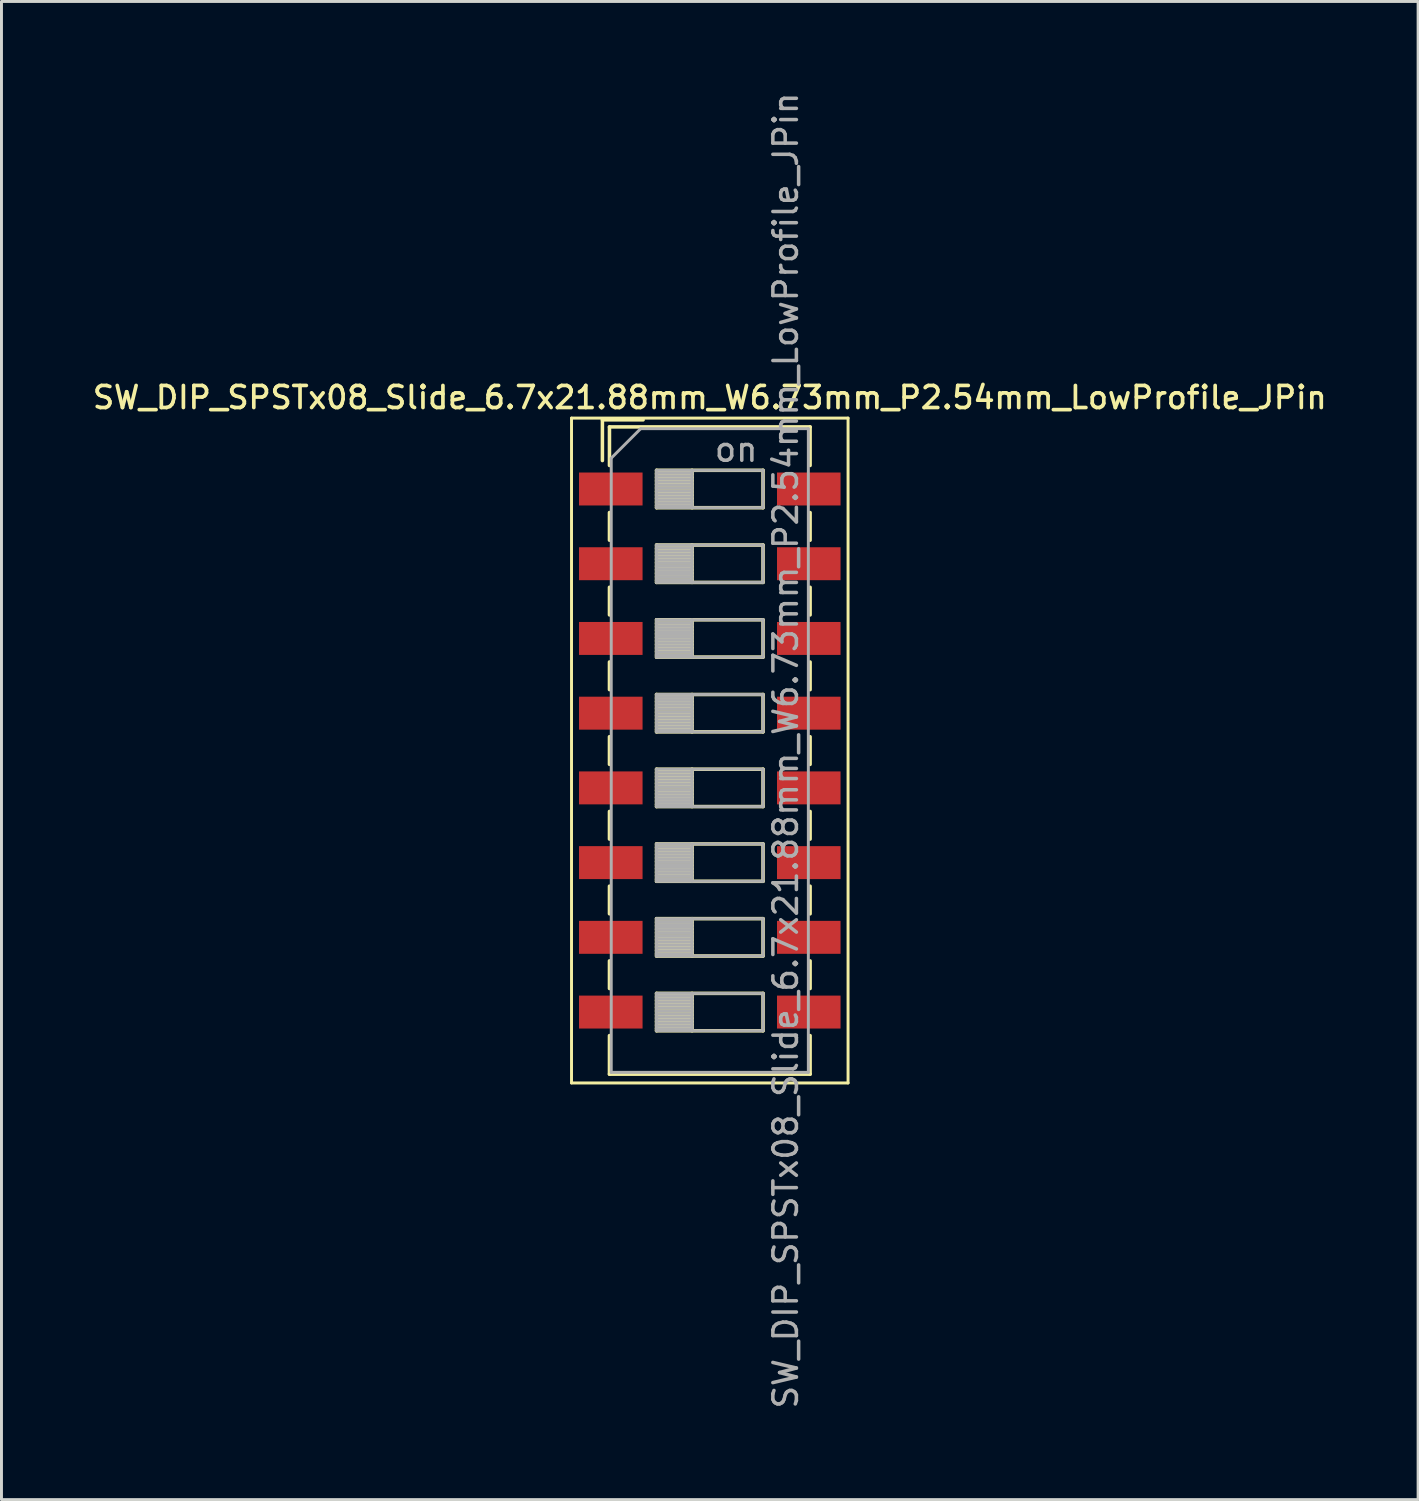
<source format=kicad_pcb>
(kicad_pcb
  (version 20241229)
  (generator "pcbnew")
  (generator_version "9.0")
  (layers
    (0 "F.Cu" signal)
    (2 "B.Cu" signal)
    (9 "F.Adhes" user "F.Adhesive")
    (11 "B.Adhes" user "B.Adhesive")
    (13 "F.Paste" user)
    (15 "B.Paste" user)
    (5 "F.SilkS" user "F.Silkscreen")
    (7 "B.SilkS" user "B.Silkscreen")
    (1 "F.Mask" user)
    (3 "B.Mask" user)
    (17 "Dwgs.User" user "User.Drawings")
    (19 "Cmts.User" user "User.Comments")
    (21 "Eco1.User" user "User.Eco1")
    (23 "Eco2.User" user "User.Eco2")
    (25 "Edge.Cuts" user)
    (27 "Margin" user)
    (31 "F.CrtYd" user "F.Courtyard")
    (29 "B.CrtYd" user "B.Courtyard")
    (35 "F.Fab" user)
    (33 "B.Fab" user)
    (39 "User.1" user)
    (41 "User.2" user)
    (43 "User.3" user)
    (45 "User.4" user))
  (footprint "SW_DIP_SPSTx08_Slide_6.7x21.88mm_W6.73mm_P2.54mm_LowProfile_JPin"
    (layer "F.Cu")
    (at 21.077 22.462)
    (property "Reference" "SW_DIP_SPSTx08_Slide_6.7x21.88mm_W6.73mm_P2.54mm_LowProfile_JPin" (at 0 -12 0) (layer "F.SilkS") (effects (font (size 0.75 0.75) (thickness 0.125))))
    (attr smd)
    (fp_line (start -4.7 -11.3) (end -4.7 11.3) (stroke (width 0.1) (type solid)) (layer "F.SilkS"))
    (fp_line (start -4.7 11.3) (end 4.7 11.3) (stroke (width 0.1) (type solid)) (layer "F.SilkS"))
    (fp_line (start -3.65 -11.24) (end -3.65 -9.857) (stroke (width 0.12) (type solid)) (layer "F.SilkS"))
    (fp_line (start -3.65 -11.24) (end -2.267 -11.24) (stroke (width 0.12) (type solid)) (layer "F.SilkS"))
    (fp_line (start -3.41 -11) (end -3.41 -9.69) (stroke (width 0.12) (type solid)) (layer "F.SilkS"))
    (fp_line (start -3.41 -11) (end 3.41 -11) (stroke (width 0.12) (type solid)) (layer "F.SilkS"))
    (fp_line (start -3.41 -8.09) (end -3.41 -7.15) (stroke (width 0.12) (type solid)) (layer "F.SilkS"))
    (fp_line (start -3.41 -5.55) (end -3.41 -4.61) (stroke (width 0.12) (type solid)) (layer "F.SilkS"))
    (fp_line (start -3.41 -3.01) (end -3.41 -2.07) (stroke (width 0.12) (type solid)) (layer "F.SilkS"))
    (fp_line (start -3.41 -0.47) (end -3.41 0.47) (stroke (width 0.12) (type solid)) (layer "F.SilkS"))
    (fp_line (start -3.41 2.07) (end -3.41 3.01) (stroke (width 0.12) (type solid)) (layer "F.SilkS"))
    (fp_line (start -3.41 4.61) (end -3.41 5.55) (stroke (width 0.12) (type solid)) (layer "F.SilkS"))
    (fp_line (start -3.41 7.15) (end -3.41 8.09) (stroke (width 0.12) (type solid)) (layer "F.SilkS"))
    (fp_line (start -3.41 9.69) (end -3.41 11.001) (stroke (width 0.12) (type solid)) (layer "F.SilkS"))
    (fp_line (start -3.41 11.001) (end 3.41 11.001) (stroke (width 0.12) (type solid)) (layer "F.SilkS"))
    (fp_line (start -1.81 -9.525) (end -1.81 -8.255) (stroke (width 0.12) (type solid)) (layer "F.SilkS"))
    (fp_line (start -1.81 -9.405) (end -0.603 -9.405) (stroke (width 0.12) (type solid)) (layer "F.SilkS"))
    (fp_line (start -1.81 -9.285) (end -0.603 -9.285) (stroke (width 0.12) (type solid)) (layer "F.SilkS"))
    (fp_line (start -1.81 -9.165) (end -0.603 -9.165) (stroke (width 0.12) (type solid)) (layer "F.SilkS"))
    (fp_line (start -1.81 -9.045) (end -0.603 -9.045) (stroke (width 0.12) (type solid)) (layer "F.SilkS"))
    (fp_line (start -1.81 -8.925) (end -0.603 -8.925) (stroke (width 0.12) (type solid)) (layer "F.SilkS"))
    (fp_line (start -1.81 -8.805) (end -0.603 -8.805) (stroke (width 0.12) (type solid)) (layer "F.SilkS"))
    (fp_line (start -1.81 -8.685) (end -0.603 -8.685) (stroke (width 0.12) (type solid)) (layer "F.SilkS"))
    (fp_line (start -1.81 -8.565) (end -0.603 -8.565) (stroke (width 0.12) (type solid)) (layer "F.SilkS"))
    (fp_line (start -1.81 -8.445) (end -0.603 -8.445) (stroke (width 0.12) (type solid)) (layer "F.SilkS"))
    (fp_line (start -1.81 -8.325) (end -0.603 -8.325) (stroke (width 0.12) (type solid)) (layer "F.SilkS"))
    (fp_line (start -1.81 -8.255) (end 1.81 -8.255) (stroke (width 0.12) (type solid)) (layer "F.SilkS"))
    (fp_line (start -1.81 -6.985) (end -1.81 -5.715) (stroke (width 0.12) (type solid)) (layer "F.SilkS"))
    (fp_line (start -1.81 -6.865) (end -0.603 -6.865) (stroke (width 0.12) (type solid)) (layer "F.SilkS"))
    (fp_line (start -1.81 -6.745) (end -0.603 -6.745) (stroke (width 0.12) (type solid)) (layer "F.SilkS"))
    (fp_line (start -1.81 -6.625) (end -0.603 -6.625) (stroke (width 0.12) (type solid)) (layer "F.SilkS"))
    (fp_line (start -1.81 -6.505) (end -0.603 -6.505) (stroke (width 0.12) (type solid)) (layer "F.SilkS"))
    (fp_line (start -1.81 -6.385) (end -0.603 -6.385) (stroke (width 0.12) (type solid)) (layer "F.SilkS"))
    (fp_line (start -1.81 -6.265) (end -0.603 -6.265) (stroke (width 0.12) (type solid)) (layer "F.SilkS"))
    (fp_line (start -1.81 -6.145) (end -0.603 -6.145) (stroke (width 0.12) (type solid)) (layer "F.SilkS"))
    (fp_line (start -1.81 -6.025) (end -0.603 -6.025) (stroke (width 0.12) (type solid)) (layer "F.SilkS"))
    (fp_line (start -1.81 -5.905) (end -0.603 -5.905) (stroke (width 0.12) (type solid)) (layer "F.SilkS"))
    (fp_line (start -1.81 -5.785) (end -0.603 -5.785) (stroke (width 0.12) (type solid)) (layer "F.SilkS"))
    (fp_line (start -1.81 -5.715) (end 1.81 -5.715) (stroke (width 0.12) (type solid)) (layer "F.SilkS"))
    (fp_line (start -1.81 -4.445) (end -1.81 -3.175) (stroke (width 0.12) (type solid)) (layer "F.SilkS"))
    (fp_line (start -1.81 -4.325) (end -0.603 -4.325) (stroke (width 0.12) (type solid)) (layer "F.SilkS"))
    (fp_line (start -1.81 -4.205) (end -0.603 -4.205) (stroke (width 0.12) (type solid)) (layer "F.SilkS"))
    (fp_line (start -1.81 -4.085) (end -0.603 -4.085) (stroke (width 0.12) (type solid)) (layer "F.SilkS"))
    (fp_line (start -1.81 -3.965) (end -0.603 -3.965) (stroke (width 0.12) (type solid)) (layer "F.SilkS"))
    (fp_line (start -1.81 -3.845) (end -0.603 -3.845) (stroke (width 0.12) (type solid)) (layer "F.SilkS"))
    (fp_line (start -1.81 -3.725) (end -0.603 -3.725) (stroke (width 0.12) (type solid)) (layer "F.SilkS"))
    (fp_line (start -1.81 -3.605) (end -0.603 -3.605) (stroke (width 0.12) (type solid)) (layer "F.SilkS"))
    (fp_line (start -1.81 -3.485) (end -0.603 -3.485) (stroke (width 0.12) (type solid)) (layer "F.SilkS"))
    (fp_line (start -1.81 -3.365) (end -0.603 -3.365) (stroke (width 0.12) (type solid)) (layer "F.SilkS"))
    (fp_line (start -1.81 -3.245) (end -0.603 -3.245) (stroke (width 0.12) (type solid)) (layer "F.SilkS"))
    (fp_line (start -1.81 -3.175) (end 1.81 -3.175) (stroke (width 0.12) (type solid)) (layer "F.SilkS"))
    (fp_line (start -1.81 -1.905) (end -1.81 -0.635) (stroke (width 0.12) (type solid)) (layer "F.SilkS"))
    (fp_line (start -1.81 -1.785) (end -0.603 -1.785) (stroke (width 0.12) (type solid)) (layer "F.SilkS"))
    (fp_line (start -1.81 -1.665) (end -0.603 -1.665) (stroke (width 0.12) (type solid)) (layer "F.SilkS"))
    (fp_line (start -1.81 -1.545) (end -0.603 -1.545) (stroke (width 0.12) (type solid)) (layer "F.SilkS"))
    (fp_line (start -1.81 -1.425) (end -0.603 -1.425) (stroke (width 0.12) (type solid)) (layer "F.SilkS"))
    (fp_line (start -1.81 -1.305) (end -0.603 -1.305) (stroke (width 0.12) (type solid)) (layer "F.SilkS"))
    (fp_line (start -1.81 -1.185) (end -0.603 -1.185) (stroke (width 0.12) (type solid)) (layer "F.SilkS"))
    (fp_line (start -1.81 -1.065) (end -0.603 -1.065) (stroke (width 0.12) (type solid)) (layer "F.SilkS"))
    (fp_line (start -1.81 -0.945) (end -0.603 -0.945) (stroke (width 0.12) (type solid)) (layer "F.SilkS"))
    (fp_line (start -1.81 -0.825) (end -0.603 -0.825) (stroke (width 0.12) (type solid)) (layer "F.SilkS"))
    (fp_line (start -1.81 -0.705) (end -0.603 -0.705) (stroke (width 0.12) (type solid)) (layer "F.SilkS"))
    (fp_line (start -1.81 -0.635) (end 1.81 -0.635) (stroke (width 0.12) (type solid)) (layer "F.SilkS"))
    (fp_line (start -1.81 0.635) (end -1.81 1.905) (stroke (width 0.12) (type solid)) (layer "F.SilkS"))
    (fp_line (start -1.81 0.755) (end -0.603 0.755) (stroke (width 0.12) (type solid)) (layer "F.SilkS"))
    (fp_line (start -1.81 0.875) (end -0.603 0.875) (stroke (width 0.12) (type solid)) (layer "F.SilkS"))
    (fp_line (start -1.81 0.995) (end -0.603 0.995) (stroke (width 0.12) (type solid)) (layer "F.SilkS"))
    (fp_line (start -1.81 1.115) (end -0.603 1.115) (stroke (width 0.12) (type solid)) (layer "F.SilkS"))
    (fp_line (start -1.81 1.235) (end -0.603 1.235) (stroke (width 0.12) (type solid)) (layer "F.SilkS"))
    (fp_line (start -1.81 1.355) (end -0.603 1.355) (stroke (width 0.12) (type solid)) (layer "F.SilkS"))
    (fp_line (start -1.81 1.475) (end -0.603 1.475) (stroke (width 0.12) (type solid)) (layer "F.SilkS"))
    (fp_line (start -1.81 1.595) (end -0.603 1.595) (stroke (width 0.12) (type solid)) (layer "F.SilkS"))
    (fp_line (start -1.81 1.715) (end -0.603 1.715) (stroke (width 0.12) (type solid)) (layer "F.SilkS"))
    (fp_line (start -1.81 1.835) (end -0.603 1.835) (stroke (width 0.12) (type solid)) (layer "F.SilkS"))
    (fp_line (start -1.81 1.905) (end 1.81 1.905) (stroke (width 0.12) (type solid)) (layer "F.SilkS"))
    (fp_line (start -1.81 3.175) (end -1.81 4.445) (stroke (width 0.12) (type solid)) (layer "F.SilkS"))
    (fp_line (start -1.81 3.295) (end -0.603 3.295) (stroke (width 0.12) (type solid)) (layer "F.SilkS"))
    (fp_line (start -1.81 3.415) (end -0.603 3.415) (stroke (width 0.12) (type solid)) (layer "F.SilkS"))
    (fp_line (start -1.81 3.535) (end -0.603 3.535) (stroke (width 0.12) (type solid)) (layer "F.SilkS"))
    (fp_line (start -1.81 3.655) (end -0.603 3.655) (stroke (width 0.12) (type solid)) (layer "F.SilkS"))
    (fp_line (start -1.81 3.775) (end -0.603 3.775) (stroke (width 0.12) (type solid)) (layer "F.SilkS"))
    (fp_line (start -1.81 3.895) (end -0.603 3.895) (stroke (width 0.12) (type solid)) (layer "F.SilkS"))
    (fp_line (start -1.81 4.015) (end -0.603 4.015) (stroke (width 0.12) (type solid)) (layer "F.SilkS"))
    (fp_line (start -1.81 4.135) (end -0.603 4.135) (stroke (width 0.12) (type solid)) (layer "F.SilkS"))
    (fp_line (start -1.81 4.255) (end -0.603 4.255) (stroke (width 0.12) (type solid)) (layer "F.SilkS"))
    (fp_line (start -1.81 4.375) (end -0.603 4.375) (stroke (width 0.12) (type solid)) (layer "F.SilkS"))
    (fp_line (start -1.81 4.445) (end 1.81 4.445) (stroke (width 0.12) (type solid)) (layer "F.SilkS"))
    (fp_line (start -1.81 5.715) (end -1.81 6.985) (stroke (width 0.12) (type solid)) (layer "F.SilkS"))
    (fp_line (start -1.81 5.835) (end -0.603 5.835) (stroke (width 0.12) (type solid)) (layer "F.SilkS"))
    (fp_line (start -1.81 5.955) (end -0.603 5.955) (stroke (width 0.12) (type solid)) (layer "F.SilkS"))
    (fp_line (start -1.81 6.075) (end -0.603 6.075) (stroke (width 0.12) (type solid)) (layer "F.SilkS"))
    (fp_line (start -1.81 6.195) (end -0.603 6.195) (stroke (width 0.12) (type solid)) (layer "F.SilkS"))
    (fp_line (start -1.81 6.315) (end -0.603 6.315) (stroke (width 0.12) (type solid)) (layer "F.SilkS"))
    (fp_line (start -1.81 6.435) (end -0.603 6.435) (stroke (width 0.12) (type solid)) (layer "F.SilkS"))
    (fp_line (start -1.81 6.555) (end -0.603 6.555) (stroke (width 0.12) (type solid)) (layer "F.SilkS"))
    (fp_line (start -1.81 6.675) (end -0.603 6.675) (stroke (width 0.12) (type solid)) (layer "F.SilkS"))
    (fp_line (start -1.81 6.795) (end -0.603 6.795) (stroke (width 0.12) (type solid)) (layer "F.SilkS"))
    (fp_line (start -1.81 6.915) (end -0.603 6.915) (stroke (width 0.12) (type solid)) (layer "F.SilkS"))
    (fp_line (start -1.81 6.985) (end 1.81 6.985) (stroke (width 0.12) (type solid)) (layer "F.SilkS"))
    (fp_line (start -1.81 8.255) (end -1.81 9.525) (stroke (width 0.12) (type solid)) (layer "F.SilkS"))
    (fp_line (start -1.81 8.375) (end -0.603 8.375) (stroke (width 0.12) (type solid)) (layer "F.SilkS"))
    (fp_line (start -1.81 8.495) (end -0.603 8.495) (stroke (width 0.12) (type solid)) (layer "F.SilkS"))
    (fp_line (start -1.81 8.615) (end -0.603 8.615) (stroke (width 0.12) (type solid)) (layer "F.SilkS"))
    (fp_line (start -1.81 8.735) (end -0.603 8.735) (stroke (width 0.12) (type solid)) (layer "F.SilkS"))
    (fp_line (start -1.81 8.855) (end -0.603 8.855) (stroke (width 0.12) (type solid)) (layer "F.SilkS"))
    (fp_line (start -1.81 8.975) (end -0.603 8.975) (stroke (width 0.12) (type solid)) (layer "F.SilkS"))
    (fp_line (start -1.81 9.095) (end -0.603 9.095) (stroke (width 0.12) (type solid)) (layer "F.SilkS"))
    (fp_line (start -1.81 9.215) (end -0.603 9.215) (stroke (width 0.12) (type solid)) (layer "F.SilkS"))
    (fp_line (start -1.81 9.335) (end -0.603 9.335) (stroke (width 0.12) (type solid)) (layer "F.SilkS"))
    (fp_line (start -1.81 9.455) (end -0.603 9.455) (stroke (width 0.12) (type solid)) (layer "F.SilkS"))
    (fp_line (start -1.81 9.525) (end 1.81 9.525) (stroke (width 0.12) (type solid)) (layer "F.SilkS"))
    (fp_line (start -0.603 -9.525) (end -0.603 -8.255) (stroke (width 0.12) (type solid)) (layer "F.SilkS"))
    (fp_line (start -0.603 -6.985) (end -0.603 -5.715) (stroke (width 0.12) (type solid)) (layer "F.SilkS"))
    (fp_line (start -0.603 -4.445) (end -0.603 -3.175) (stroke (width 0.12) (type solid)) (layer "F.SilkS"))
    (fp_line (start -0.603 -1.905) (end -0.603 -0.635) (stroke (width 0.12) (type solid)) (layer "F.SilkS"))
    (fp_line (start -0.603 0.635) (end -0.603 1.905) (stroke (width 0.12) (type solid)) (layer "F.SilkS"))
    (fp_line (start -0.603 3.175) (end -0.603 4.445) (stroke (width 0.12) (type solid)) (layer "F.SilkS"))
    (fp_line (start -0.603 5.715) (end -0.603 6.985) (stroke (width 0.12) (type solid)) (layer "F.SilkS"))
    (fp_line (start -0.603 8.255) (end -0.603 9.525) (stroke (width 0.12) (type solid)) (layer "F.SilkS"))
    (fp_line (start 1.81 -9.525) (end -1.81 -9.525) (stroke (width 0.12) (type solid)) (layer "F.SilkS"))
    (fp_line (start 1.81 -8.255) (end 1.81 -9.525) (stroke (width 0.12) (type solid)) (layer "F.SilkS"))
    (fp_line (start 1.81 -6.985) (end -1.81 -6.985) (stroke (width 0.12) (type solid)) (layer "F.SilkS"))
    (fp_line (start 1.81 -5.715) (end 1.81 -6.985) (stroke (width 0.12) (type solid)) (layer "F.SilkS"))
    (fp_line (start 1.81 -4.445) (end -1.81 -4.445) (stroke (width 0.12) (type solid)) (layer "F.SilkS"))
    (fp_line (start 1.81 -3.175) (end 1.81 -4.445) (stroke (width 0.12) (type solid)) (layer "F.SilkS"))
    (fp_line (start 1.81 -1.905) (end -1.81 -1.905) (stroke (width 0.12) (type solid)) (layer "F.SilkS"))
    (fp_line (start 1.81 -0.635) (end 1.81 -1.905) (stroke (width 0.12) (type solid)) (layer "F.SilkS"))
    (fp_line (start 1.81 0.635) (end -1.81 0.635) (stroke (width 0.12) (type solid)) (layer "F.SilkS"))
    (fp_line (start 1.81 1.905) (end 1.81 0.635) (stroke (width 0.12) (type solid)) (layer "F.SilkS"))
    (fp_line (start 1.81 3.175) (end -1.81 3.175) (stroke (width 0.12) (type solid)) (layer "F.SilkS"))
    (fp_line (start 1.81 4.445) (end 1.81 3.175) (stroke (width 0.12) (type solid)) (layer "F.SilkS"))
    (fp_line (start 1.81 5.715) (end -1.81 5.715) (stroke (width 0.12) (type solid)) (layer "F.SilkS"))
    (fp_line (start 1.81 6.985) (end 1.81 5.715) (stroke (width 0.12) (type solid)) (layer "F.SilkS"))
    (fp_line (start 1.81 8.255) (end -1.81 8.255) (stroke (width 0.12) (type solid)) (layer "F.SilkS"))
    (fp_line (start 1.81 9.525) (end 1.81 8.255) (stroke (width 0.12) (type solid)) (layer "F.SilkS"))
    (fp_line (start 3.41 -11) (end 3.41 -9.69) (stroke (width 0.12) (type solid)) (layer "F.SilkS"))
    (fp_line (start 3.41 -8.089) (end 3.41 -7.149) (stroke (width 0.12) (type solid)) (layer "F.SilkS"))
    (fp_line (start 3.41 -5.549) (end 3.41 -4.609) (stroke (width 0.12) (type solid)) (layer "F.SilkS"))
    (fp_line (start 3.41 -3.009) (end 3.41 -2.069) (stroke (width 0.12) (type solid)) (layer "F.SilkS"))
    (fp_line (start 3.41 -0.469) (end 3.41 0.471) (stroke (width 0.12) (type solid)) (layer "F.SilkS"))
    (fp_line (start 3.41 2.071) (end 3.41 3.011) (stroke (width 0.12) (type solid)) (layer "F.SilkS"))
    (fp_line (start 3.41 4.611) (end 3.41 5.551) (stroke (width 0.12) (type solid)) (layer "F.SilkS"))
    (fp_line (start 3.41 7.151) (end 3.41 8.09) (stroke (width 0.12) (type solid)) (layer "F.SilkS"))
    (fp_line (start 3.41 9.69) (end 3.41 11.001) (stroke (width 0.12) (type solid)) (layer "F.SilkS"))
    (fp_line (start 4.7 -11.3) (end -4.7 -11.3) (stroke (width 0.1) (type solid)) (layer "F.SilkS"))
    (fp_line (start 4.7 11.3) (end 4.7 -11.3) (stroke (width 0.1) (type solid)) (layer "F.SilkS"))
    (fp_line (start -3.35 -9.94) (end -2.35 -10.94) (stroke (width 0.1) (type solid)) (layer "F.Fab"))
    (fp_line (start -3.35 10.94) (end -3.35 -9.94) (stroke (width 0.1) (type solid)) (layer "F.Fab"))
    (fp_line (start -2.35 -10.94) (end 3.35 -10.94) (stroke (width 0.1) (type solid)) (layer "F.Fab"))
    (fp_line (start -1.81 -9.525) (end -1.81 -8.255) (stroke (width 0.1) (type solid)) (layer "F.Fab"))
    (fp_line (start -1.81 -9.425) (end -0.603 -9.425) (stroke (width 0.1) (type solid)) (layer "F.Fab"))
    (fp_line (start -1.81 -9.325) (end -0.603 -9.325) (stroke (width 0.1) (type solid)) (layer "F.Fab"))
    (fp_line (start -1.81 -9.225) (end -0.603 -9.225) (stroke (width 0.1) (type solid)) (layer "F.Fab"))
    (fp_line (start -1.81 -9.125) (end -0.603 -9.125) (stroke (width 0.1) (type solid)) (layer "F.Fab"))
    (fp_line (start -1.81 -9.025) (end -0.603 -9.025) (stroke (width 0.1) (type solid)) (layer "F.Fab"))
    (fp_line (start -1.81 -8.925) (end -0.603 -8.925) (stroke (width 0.1) (type solid)) (layer "F.Fab"))
    (fp_line (start -1.81 -8.825) (end -0.603 -8.825) (stroke (width 0.1) (type solid)) (layer "F.Fab"))
    (fp_line (start -1.81 -8.725) (end -0.603 -8.725) (stroke (width 0.1) (type solid)) (layer "F.Fab"))
    (fp_line (start -1.81 -8.625) (end -0.603 -8.625) (stroke (width 0.1) (type solid)) (layer "F.Fab"))
    (fp_line (start -1.81 -8.525) (end -0.603 -8.525) (stroke (width 0.1) (type solid)) (layer "F.Fab"))
    (fp_line (start -1.81 -8.425) (end -0.603 -8.425) (stroke (width 0.1) (type solid)) (layer "F.Fab"))
    (fp_line (start -1.81 -8.325) (end -0.603 -8.325) (stroke (width 0.1) (type solid)) (layer "F.Fab"))
    (fp_line (start -1.81 -8.255) (end 1.81 -8.255) (stroke (width 0.1) (type solid)) (layer "F.Fab"))
    (fp_line (start -1.81 -6.985) (end -1.81 -5.715) (stroke (width 0.1) (type solid)) (layer "F.Fab"))
    (fp_line (start -1.81 -6.885) (end -0.603 -6.885) (stroke (width 0.1) (type solid)) (layer "F.Fab"))
    (fp_line (start -1.81 -6.785) (end -0.603 -6.785) (stroke (width 0.1) (type solid)) (layer "F.Fab"))
    (fp_line (start -1.81 -6.685) (end -0.603 -6.685) (stroke (width 0.1) (type solid)) (layer "F.Fab"))
    (fp_line (start -1.81 -6.585) (end -0.603 -6.585) (stroke (width 0.1) (type solid)) (layer "F.Fab"))
    (fp_line (start -1.81 -6.485) (end -0.603 -6.485) (stroke (width 0.1) (type solid)) (layer "F.Fab"))
    (fp_line (start -1.81 -6.385) (end -0.603 -6.385) (stroke (width 0.1) (type solid)) (layer "F.Fab"))
    (fp_line (start -1.81 -6.285) (end -0.603 -6.285) (stroke (width 0.1) (type solid)) (layer "F.Fab"))
    (fp_line (start -1.81 -6.185) (end -0.603 -6.185) (stroke (width 0.1) (type solid)) (layer "F.Fab"))
    (fp_line (start -1.81 -6.085) (end -0.603 -6.085) (stroke (width 0.1) (type solid)) (layer "F.Fab"))
    (fp_line (start -1.81 -5.985) (end -0.603 -5.985) (stroke (width 0.1) (type solid)) (layer "F.Fab"))
    (fp_line (start -1.81 -5.885) (end -0.603 -5.885) (stroke (width 0.1) (type solid)) (layer "F.Fab"))
    (fp_line (start -1.81 -5.785) (end -0.603 -5.785) (stroke (width 0.1) (type solid)) (layer "F.Fab"))
    (fp_line (start -1.81 -5.715) (end 1.81 -5.715) (stroke (width 0.1) (type solid)) (layer "F.Fab"))
    (fp_line (start -1.81 -4.445) (end -1.81 -3.175) (stroke (width 0.1) (type solid)) (layer "F.Fab"))
    (fp_line (start -1.81 -4.345) (end -0.603 -4.345) (stroke (width 0.1) (type solid)) (layer "F.Fab"))
    (fp_line (start -1.81 -4.245) (end -0.603 -4.245) (stroke (width 0.1) (type solid)) (layer "F.Fab"))
    (fp_line (start -1.81 -4.145) (end -0.603 -4.145) (stroke (width 0.1) (type solid)) (layer "F.Fab"))
    (fp_line (start -1.81 -4.045) (end -0.603 -4.045) (stroke (width 0.1) (type solid)) (layer "F.Fab"))
    (fp_line (start -1.81 -3.945) (end -0.603 -3.945) (stroke (width 0.1) (type solid)) (layer "F.Fab"))
    (fp_line (start -1.81 -3.845) (end -0.603 -3.845) (stroke (width 0.1) (type solid)) (layer "F.Fab"))
    (fp_line (start -1.81 -3.745) (end -0.603 -3.745) (stroke (width 0.1) (type solid)) (layer "F.Fab"))
    (fp_line (start -1.81 -3.645) (end -0.603 -3.645) (stroke (width 0.1) (type solid)) (layer "F.Fab"))
    (fp_line (start -1.81 -3.545) (end -0.603 -3.545) (stroke (width 0.1) (type solid)) (layer "F.Fab"))
    (fp_line (start -1.81 -3.445) (end -0.603 -3.445) (stroke (width 0.1) (type solid)) (layer "F.Fab"))
    (fp_line (start -1.81 -3.345) (end -0.603 -3.345) (stroke (width 0.1) (type solid)) (layer "F.Fab"))
    (fp_line (start -1.81 -3.245) (end -0.603 -3.245) (stroke (width 0.1) (type solid)) (layer "F.Fab"))
    (fp_line (start -1.81 -3.175) (end 1.81 -3.175) (stroke (width 0.1) (type solid)) (layer "F.Fab"))
    (fp_line (start -1.81 -1.905) (end -1.81 -0.635) (stroke (width 0.1) (type solid)) (layer "F.Fab"))
    (fp_line (start -1.81 -1.805) (end -0.603 -1.805) (stroke (width 0.1) (type solid)) (layer "F.Fab"))
    (fp_line (start -1.81 -1.705) (end -0.603 -1.705) (stroke (width 0.1) (type solid)) (layer "F.Fab"))
    (fp_line (start -1.81 -1.605) (end -0.603 -1.605) (stroke (width 0.1) (type solid)) (layer "F.Fab"))
    (fp_line (start -1.81 -1.505) (end -0.603 -1.505) (stroke (width 0.1) (type solid)) (layer "F.Fab"))
    (fp_line (start -1.81 -1.405) (end -0.603 -1.405) (stroke (width 0.1) (type solid)) (layer "F.Fab"))
    (fp_line (start -1.81 -1.305) (end -0.603 -1.305) (stroke (width 0.1) (type solid)) (layer "F.Fab"))
    (fp_line (start -1.81 -1.205) (end -0.603 -1.205) (stroke (width 0.1) (type solid)) (layer "F.Fab"))
    (fp_line (start -1.81 -1.105) (end -0.603 -1.105) (stroke (width 0.1) (type solid)) (layer "F.Fab"))
    (fp_line (start -1.81 -1.005) (end -0.603 -1.005) (stroke (width 0.1) (type solid)) (layer "F.Fab"))
    (fp_line (start -1.81 -0.905) (end -0.603 -0.905) (stroke (width 0.1) (type solid)) (layer "F.Fab"))
    (fp_line (start -1.81 -0.805) (end -0.603 -0.805) (stroke (width 0.1) (type solid)) (layer "F.Fab"))
    (fp_line (start -1.81 -0.705) (end -0.603 -0.705) (stroke (width 0.1) (type solid)) (layer "F.Fab"))
    (fp_line (start -1.81 -0.635) (end 1.81 -0.635) (stroke (width 0.1) (type solid)) (layer "F.Fab"))
    (fp_line (start -1.81 0.635) (end -1.81 1.905) (stroke (width 0.1) (type solid)) (layer "F.Fab"))
    (fp_line (start -1.81 0.735) (end -0.603 0.735) (stroke (width 0.1) (type solid)) (layer "F.Fab"))
    (fp_line (start -1.81 0.835) (end -0.603 0.835) (stroke (width 0.1) (type solid)) (layer "F.Fab"))
    (fp_line (start -1.81 0.935) (end -0.603 0.935) (stroke (width 0.1) (type solid)) (layer "F.Fab"))
    (fp_line (start -1.81 1.035) (end -0.603 1.035) (stroke (width 0.1) (type solid)) (layer "F.Fab"))
    (fp_line (start -1.81 1.135) (end -0.603 1.135) (stroke (width 0.1) (type solid)) (layer "F.Fab"))
    (fp_line (start -1.81 1.235) (end -0.603 1.235) (stroke (width 0.1) (type solid)) (layer "F.Fab"))
    (fp_line (start -1.81 1.335) (end -0.603 1.335) (stroke (width 0.1) (type solid)) (layer "F.Fab"))
    (fp_line (start -1.81 1.435) (end -0.603 1.435) (stroke (width 0.1) (type solid)) (layer "F.Fab"))
    (fp_line (start -1.81 1.535) (end -0.603 1.535) (stroke (width 0.1) (type solid)) (layer "F.Fab"))
    (fp_line (start -1.81 1.635) (end -0.603 1.635) (stroke (width 0.1) (type solid)) (layer "F.Fab"))
    (fp_line (start -1.81 1.735) (end -0.603 1.735) (stroke (width 0.1) (type solid)) (layer "F.Fab"))
    (fp_line (start -1.81 1.835) (end -0.603 1.835) (stroke (width 0.1) (type solid)) (layer "F.Fab"))
    (fp_line (start -1.81 1.905) (end 1.81 1.905) (stroke (width 0.1) (type solid)) (layer "F.Fab"))
    (fp_line (start -1.81 3.175) (end -1.81 4.445) (stroke (width 0.1) (type solid)) (layer "F.Fab"))
    (fp_line (start -1.81 3.275) (end -0.603 3.275) (stroke (width 0.1) (type solid)) (layer "F.Fab"))
    (fp_line (start -1.81 3.375) (end -0.603 3.375) (stroke (width 0.1) (type solid)) (layer "F.Fab"))
    (fp_line (start -1.81 3.475) (end -0.603 3.475) (stroke (width 0.1) (type solid)) (layer "F.Fab"))
    (fp_line (start -1.81 3.575) (end -0.603 3.575) (stroke (width 0.1) (type solid)) (layer "F.Fab"))
    (fp_line (start -1.81 3.675) (end -0.603 3.675) (stroke (width 0.1) (type solid)) (layer "F.Fab"))
    (fp_line (start -1.81 3.775) (end -0.603 3.775) (stroke (width 0.1) (type solid)) (layer "F.Fab"))
    (fp_line (start -1.81 3.875) (end -0.603 3.875) (stroke (width 0.1) (type solid)) (layer "F.Fab"))
    (fp_line (start -1.81 3.975) (end -0.603 3.975) (stroke (width 0.1) (type solid)) (layer "F.Fab"))
    (fp_line (start -1.81 4.075) (end -0.603 4.075) (stroke (width 0.1) (type solid)) (layer "F.Fab"))
    (fp_line (start -1.81 4.175) (end -0.603 4.175) (stroke (width 0.1) (type solid)) (layer "F.Fab"))
    (fp_line (start -1.81 4.275) (end -0.603 4.275) (stroke (width 0.1) (type solid)) (layer "F.Fab"))
    (fp_line (start -1.81 4.375) (end -0.603 4.375) (stroke (width 0.1) (type solid)) (layer "F.Fab"))
    (fp_line (start -1.81 4.445) (end 1.81 4.445) (stroke (width 0.1) (type solid)) (layer "F.Fab"))
    (fp_line (start -1.81 5.715) (end -1.81 6.985) (stroke (width 0.1) (type solid)) (layer "F.Fab"))
    (fp_line (start -1.81 5.815) (end -0.603 5.815) (stroke (width 0.1) (type solid)) (layer "F.Fab"))
    (fp_line (start -1.81 5.915) (end -0.603 5.915) (stroke (width 0.1) (type solid)) (layer "F.Fab"))
    (fp_line (start -1.81 6.015) (end -0.603 6.015) (stroke (width 0.1) (type solid)) (layer "F.Fab"))
    (fp_line (start -1.81 6.115) (end -0.603 6.115) (stroke (width 0.1) (type solid)) (layer "F.Fab"))
    (fp_line (start -1.81 6.215) (end -0.603 6.215) (stroke (width 0.1) (type solid)) (layer "F.Fab"))
    (fp_line (start -1.81 6.315) (end -0.603 6.315) (stroke (width 0.1) (type solid)) (layer "F.Fab"))
    (fp_line (start -1.81 6.415) (end -0.603 6.415) (stroke (width 0.1) (type solid)) (layer "F.Fab"))
    (fp_line (start -1.81 6.515) (end -0.603 6.515) (stroke (width 0.1) (type solid)) (layer "F.Fab"))
    (fp_line (start -1.81 6.615) (end -0.603 6.615) (stroke (width 0.1) (type solid)) (layer "F.Fab"))
    (fp_line (start -1.81 6.715) (end -0.603 6.715) (stroke (width 0.1) (type solid)) (layer "F.Fab"))
    (fp_line (start -1.81 6.815) (end -0.603 6.815) (stroke (width 0.1) (type solid)) (layer "F.Fab"))
    (fp_line (start -1.81 6.915) (end -0.603 6.915) (stroke (width 0.1) (type solid)) (layer "F.Fab"))
    (fp_line (start -1.81 6.985) (end 1.81 6.985) (stroke (width 0.1) (type solid)) (layer "F.Fab"))
    (fp_line (start -1.81 8.255) (end -1.81 9.525) (stroke (width 0.1) (type solid)) (layer "F.Fab"))
    (fp_line (start -1.81 8.355) (end -0.603 8.355) (stroke (width 0.1) (type solid)) (layer "F.Fab"))
    (fp_line (start -1.81 8.455) (end -0.603 8.455) (stroke (width 0.1) (type solid)) (layer "F.Fab"))
    (fp_line (start -1.81 8.555) (end -0.603 8.555) (stroke (width 0.1) (type solid)) (layer "F.Fab"))
    (fp_line (start -1.81 8.655) (end -0.603 8.655) (stroke (width 0.1) (type solid)) (layer "F.Fab"))
    (fp_line (start -1.81 8.755) (end -0.603 8.755) (stroke (width 0.1) (type solid)) (layer "F.Fab"))
    (fp_line (start -1.81 8.855) (end -0.603 8.855) (stroke (width 0.1) (type solid)) (layer "F.Fab"))
    (fp_line (start -1.81 8.955) (end -0.603 8.955) (stroke (width 0.1) (type solid)) (layer "F.Fab"))
    (fp_line (start -1.81 9.055) (end -0.603 9.055) (stroke (width 0.1) (type solid)) (layer "F.Fab"))
    (fp_line (start -1.81 9.155) (end -0.603 9.155) (stroke (width 0.1) (type solid)) (layer "F.Fab"))
    (fp_line (start -1.81 9.255) (end -0.603 9.255) (stroke (width 0.1) (type solid)) (layer "F.Fab"))
    (fp_line (start -1.81 9.355) (end -0.603 9.355) (stroke (width 0.1) (type solid)) (layer "F.Fab"))
    (fp_line (start -1.81 9.455) (end -0.603 9.455) (stroke (width 0.1) (type solid)) (layer "F.Fab"))
    (fp_line (start -1.81 9.525) (end 1.81 9.525) (stroke (width 0.1) (type solid)) (layer "F.Fab"))
    (fp_line (start -0.603 -9.525) (end -0.603 -8.255) (stroke (width 0.1) (type solid)) (layer "F.Fab"))
    (fp_line (start -0.603 -6.985) (end -0.603 -5.715) (stroke (width 0.1) (type solid)) (layer "F.Fab"))
    (fp_line (start -0.603 -4.445) (end -0.603 -3.175) (stroke (width 0.1) (type solid)) (layer "F.Fab"))
    (fp_line (start -0.603 -1.905) (end -0.603 -0.635) (stroke (width 0.1) (type solid)) (layer "F.Fab"))
    (fp_line (start -0.603 0.635) (end -0.603 1.905) (stroke (width 0.1) (type solid)) (layer "F.Fab"))
    (fp_line (start -0.603 3.175) (end -0.603 4.445) (stroke (width 0.1) (type solid)) (layer "F.Fab"))
    (fp_line (start -0.603 5.715) (end -0.603 6.985) (stroke (width 0.1) (type solid)) (layer "F.Fab"))
    (fp_line (start -0.603 8.255) (end -0.603 9.525) (stroke (width 0.1) (type solid)) (layer "F.Fab"))
    (fp_line (start 1.81 -9.525) (end -1.81 -9.525) (stroke (width 0.1) (type solid)) (layer "F.Fab"))
    (fp_line (start 1.81 -8.255) (end 1.81 -9.525) (stroke (width 0.1) (type solid)) (layer "F.Fab"))
    (fp_line (start 1.81 -6.985) (end -1.81 -6.985) (stroke (width 0.1) (type solid)) (layer "F.Fab"))
    (fp_line (start 1.81 -5.715) (end 1.81 -6.985) (stroke (width 0.1) (type solid)) (layer "F.Fab"))
    (fp_line (start 1.81 -4.445) (end -1.81 -4.445) (stroke (width 0.1) (type solid)) (layer "F.Fab"))
    (fp_line (start 1.81 -3.175) (end 1.81 -4.445) (stroke (width 0.1) (type solid)) (layer "F.Fab"))
    (fp_line (start 1.81 -1.905) (end -1.81 -1.905) (stroke (width 0.1) (type solid)) (layer "F.Fab"))
    (fp_line (start 1.81 -0.635) (end 1.81 -1.905) (stroke (width 0.1) (type solid)) (layer "F.Fab"))
    (fp_line (start 1.81 0.635) (end -1.81 0.635) (stroke (width 0.1) (type solid)) (layer "F.Fab"))
    (fp_line (start 1.81 1.905) (end 1.81 0.635) (stroke (width 0.1) (type solid)) (layer "F.Fab"))
    (fp_line (start 1.81 3.175) (end -1.81 3.175) (stroke (width 0.1) (type solid)) (layer "F.Fab"))
    (fp_line (start 1.81 4.445) (end 1.81 3.175) (stroke (width 0.1) (type solid)) (layer "F.Fab"))
    (fp_line (start 1.81 5.715) (end -1.81 5.715) (stroke (width 0.1) (type solid)) (layer "F.Fab"))
    (fp_line (start 1.81 6.985) (end 1.81 5.715) (stroke (width 0.1) (type solid)) (layer "F.Fab"))
    (fp_line (start 1.81 8.255) (end -1.81 8.255) (stroke (width 0.1) (type solid)) (layer "F.Fab"))
    (fp_line (start 1.81 9.525) (end 1.81 8.255) (stroke (width 0.1) (type solid)) (layer "F.Fab"))
    (fp_line (start 3.35 -10.94) (end 3.35 10.94) (stroke (width 0.1) (type solid)) (layer "F.Fab"))
    (fp_line (start 3.35 10.94) (end -3.35 10.94) (stroke (width 0.1) (type solid)) (layer "F.Fab"))
    (fp_text user "${REFERENCE}" (at 2.58 0 90) (layer "F.Fab") (effects (font (size 0.8 0.8) (thickness 0.12))))
    (fp_text user "on" (at 0.897 -10.232 0) (layer "F.Fab") (effects (font (size 0.8 0.8) (thickness 0.12))))
    (pad "1" smd rect (at -3.365 -8.89) (size 2.16 1.12) (layers "F.Cu" "F.Mask" "F.Paste"))
    (pad "2" smd rect (at -3.365 -6.35) (size 2.16 1.12) (layers "F.Cu" "F.Mask" "F.Paste"))
    (pad "3" smd rect (at -3.365 -3.81) (size 2.16 1.12) (layers "F.Cu" "F.Mask" "F.Paste"))
    (pad "4" smd rect (at -3.365 -1.27) (size 2.16 1.12) (layers "F.Cu" "F.Mask" "F.Paste"))
    (pad "5" smd rect (at -3.365 1.27) (size 2.16 1.12) (layers "F.Cu" "F.Mask" "F.Paste"))
    (pad "6" smd rect (at -3.365 3.81) (size 2.16 1.12) (layers "F.Cu" "F.Mask" "F.Paste"))
    (pad "7" smd rect (at -3.365 6.35) (size 2.16 1.12) (layers "F.Cu" "F.Mask" "F.Paste"))
    (pad "8" smd rect (at -3.365 8.89) (size 2.16 1.12) (layers "F.Cu" "F.Mask" "F.Paste"))
    (pad "9" smd rect (at 3.365 8.89) (size 2.16 1.12) (layers "F.Cu" "F.Mask" "F.Paste"))
    (pad "10" smd rect (at 3.365 6.35) (size 2.16 1.12) (layers "F.Cu" "F.Mask" "F.Paste"))
    (pad "11" smd rect (at 3.365 3.81) (size 2.16 1.12) (layers "F.Cu" "F.Mask" "F.Paste"))
    (pad "12" smd rect (at 3.365 1.27) (size 2.16 1.12) (layers "F.Cu" "F.Mask" "F.Paste"))
    (pad "13" smd rect (at 3.365 -1.27) (size 2.16 1.12) (layers "F.Cu" "F.Mask" "F.Paste"))
    (pad "14" smd rect (at 3.365 -3.81) (size 2.16 1.12) (layers "F.Cu" "F.Mask" "F.Paste"))
    (pad "15" smd rect (at 3.365 -6.35) (size 2.16 1.12) (layers "F.Cu" "F.Mask" "F.Paste"))
    (pad "16" smd rect (at 3.365 -8.89) (size 2.16 1.12) (layers "F.Cu" "F.Mask" "F.Paste")))
  (gr_rect
    (start -3 -3)
    (end 45.154 47.924)
    (stroke (width 0.1) (type default))
    (fill no)
    (layer "Edge.Cuts")))
</source>
